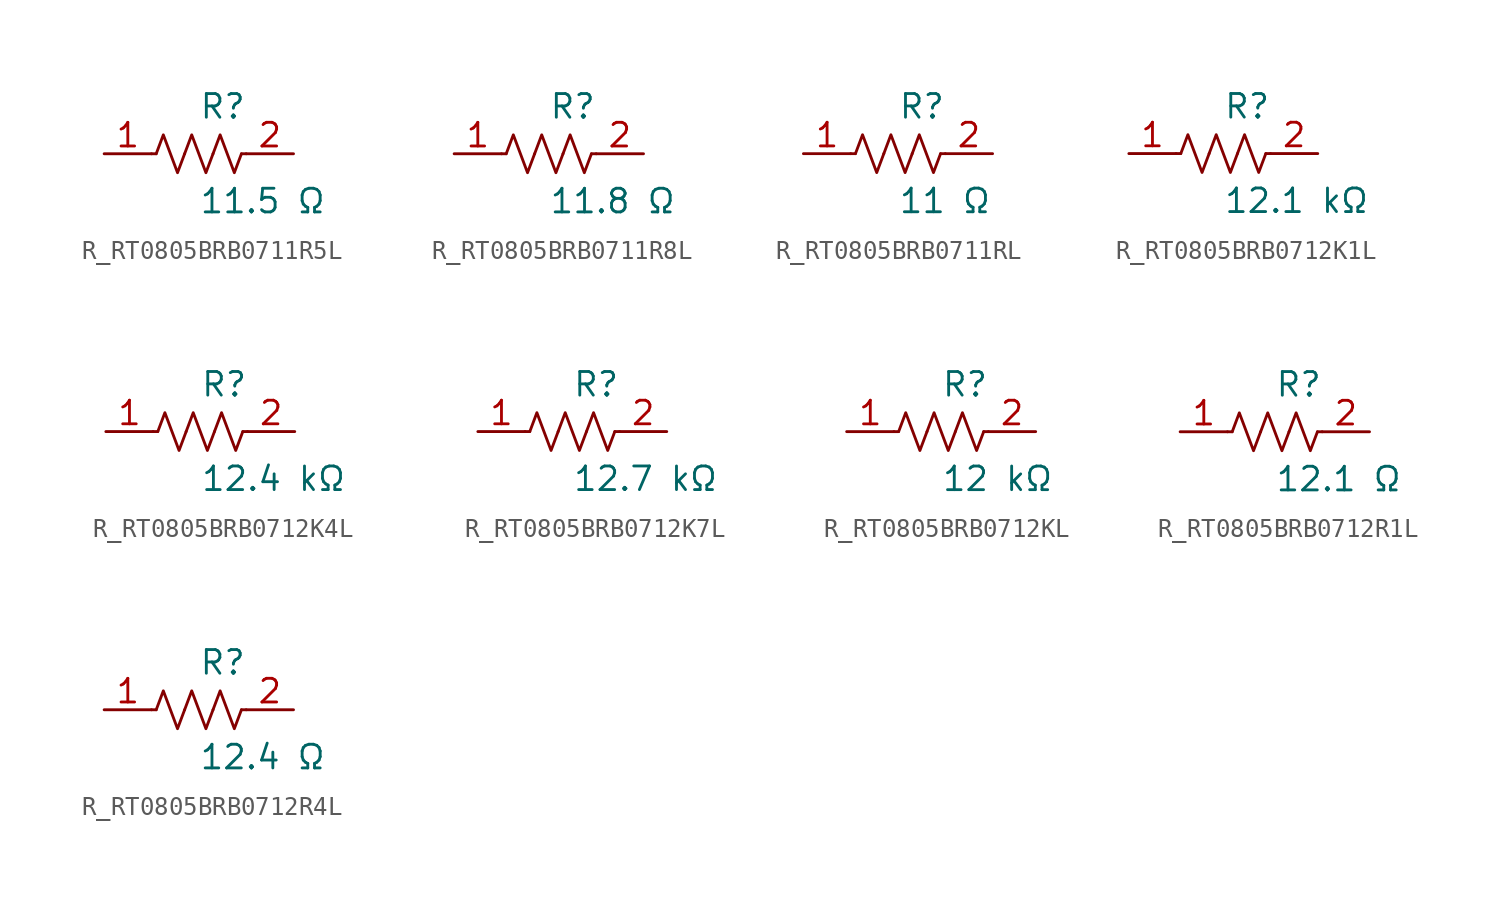
<source format=kicad_sym>
(kicad_symbol_lib
  (version 20231120)
  (generator kicad_symbol_editor)
  (generator_version 8.0)
  (symbol "R_RT0805BRB0711R5L"
    (pin_names
      (offset 0.254))
    (property "Reference" "R"
      (at 0 2.54 0)
      (effects (font (size 1.27 1.27)) (justify left)))
    (property "Value" "11.5 Ω"
      (at 0 -2.54 0)
      (effects (font (size 1.27 1.27)) (justify left)))
    (symbol "R_RT0805BRB0711R5L_0_1"
      (polyline (pts (xy 2.286 0) (xy 2.54 0)) (stroke (width 0) (type default)) (fill (type none)))
      (polyline (pts (xy -2.286 0) (xy -2.54 0)) (stroke (width 0) (type default)) (fill (type none)))
      (polyline (pts (xy 0.762 0) (xy 1.143 1.016) (xy 1.524 0) (xy 1.905 -1.016) (xy 2.286 0)) (stroke (width 0) (type default)) (fill (type none)))
      (polyline (pts (xy -0.762 0) (xy -0.381 1.016) (xy 0 0) (xy 0.381 -1.016) (xy 0.762 0)) (stroke (width 0) (type default)) (fill (type none)))
      (polyline (pts (xy -2.286 0) (xy -1.905 1.016) (xy -1.524 0) (xy -1.143 -1.016) (xy -0.762 0)) (stroke (width 0) (type default)) (fill (type none))))
    (pin unspecified line
      (at -5.08 0 0)
      (length 2.54)
      (name "" (effects (font (size 1.27 1.27))))
      (number "1" (effects (font (size 1.27 1.27)))))
    (pin unspecified line
      (at 5.08 0 180)
      (length 2.54)
      (name "" (effects (font (size 1.27 1.27))))
      (number "2" (effects (font (size 1.27 1.27))))))
  (symbol "R_RT0805BRB0711R8L"
    (pin_names
      (offset 0.254))
    (property "Reference" "R"
      (at 0 2.54 0)
      (effects (font (size 1.27 1.27)) (justify left)))
    (property "Value" "11.8 Ω"
      (at 0 -2.54 0)
      (effects (font (size 1.27 1.27)) (justify left)))
    (symbol "R_RT0805BRB0711R8L_0_1"
      (polyline (pts (xy 2.286 0) (xy 2.54 0)) (stroke (width 0) (type default)) (fill (type none)))
      (polyline (pts (xy -2.286 0) (xy -2.54 0)) (stroke (width 0) (type default)) (fill (type none)))
      (polyline (pts (xy 0.762 0) (xy 1.143 1.016) (xy 1.524 0) (xy 1.905 -1.016) (xy 2.286 0)) (stroke (width 0) (type default)) (fill (type none)))
      (polyline (pts (xy -0.762 0) (xy -0.381 1.016) (xy 0 0) (xy 0.381 -1.016) (xy 0.762 0)) (stroke (width 0) (type default)) (fill (type none)))
      (polyline (pts (xy -2.286 0) (xy -1.905 1.016) (xy -1.524 0) (xy -1.143 -1.016) (xy -0.762 0)) (stroke (width 0) (type default)) (fill (type none))))
    (pin unspecified line
      (at -5.08 0 0)
      (length 2.54)
      (name "" (effects (font (size 1.27 1.27))))
      (number "1" (effects (font (size 1.27 1.27)))))
    (pin unspecified line
      (at 5.08 0 180)
      (length 2.54)
      (name "" (effects (font (size 1.27 1.27))))
      (number "2" (effects (font (size 1.27 1.27))))))
  (symbol "R_RT0805BRB0711RL"
    (pin_names
      (offset 0.254))
    (property "Reference" "R"
      (at 0 2.54 0)
      (effects (font (size 1.27 1.27)) (justify left)))
    (property "Value" "11 Ω"
      (at 0 -2.54 0)
      (effects (font (size 1.27 1.27)) (justify left)))
    (symbol "R_RT0805BRB0711RL_0_1"
      (polyline (pts (xy 2.286 0) (xy 2.54 0)) (stroke (width 0) (type default)) (fill (type none)))
      (polyline (pts (xy -2.286 0) (xy -2.54 0)) (stroke (width 0) (type default)) (fill (type none)))
      (polyline (pts (xy 0.762 0) (xy 1.143 1.016) (xy 1.524 0) (xy 1.905 -1.016) (xy 2.286 0)) (stroke (width 0) (type default)) (fill (type none)))
      (polyline (pts (xy -0.762 0) (xy -0.381 1.016) (xy 0 0) (xy 0.381 -1.016) (xy 0.762 0)) (stroke (width 0) (type default)) (fill (type none)))
      (polyline (pts (xy -2.286 0) (xy -1.905 1.016) (xy -1.524 0) (xy -1.143 -1.016) (xy -0.762 0)) (stroke (width 0) (type default)) (fill (type none))))
    (pin unspecified line
      (at -5.08 0 0)
      (length 2.54)
      (name "" (effects (font (size 1.27 1.27))))
      (number "1" (effects (font (size 1.27 1.27)))))
    (pin unspecified line
      (at 5.08 0 180)
      (length 2.54)
      (name "" (effects (font (size 1.27 1.27))))
      (number "2" (effects (font (size 1.27 1.27))))))
  (symbol "R_RT0805BRB0712K1L"
    (pin_names
      (offset 0.254))
    (property "Reference" "R"
      (at 0 2.54 0)
      (effects (font (size 1.27 1.27)) (justify left)))
    (property "Value" "12.1 kΩ"
      (at 0 -2.54 0)
      (effects (font (size 1.27 1.27)) (justify left)))
    (symbol "R_RT0805BRB0712K1L_0_1"
      (polyline (pts (xy 2.286 0) (xy 2.54 0)) (stroke (width 0) (type default)) (fill (type none)))
      (polyline (pts (xy -2.286 0) (xy -2.54 0)) (stroke (width 0) (type default)) (fill (type none)))
      (polyline (pts (xy 0.762 0) (xy 1.143 1.016) (xy 1.524 0) (xy 1.905 -1.016) (xy 2.286 0)) (stroke (width 0) (type default)) (fill (type none)))
      (polyline (pts (xy -0.762 0) (xy -0.381 1.016) (xy 0 0) (xy 0.381 -1.016) (xy 0.762 0)) (stroke (width 0) (type default)) (fill (type none)))
      (polyline (pts (xy -2.286 0) (xy -1.905 1.016) (xy -1.524 0) (xy -1.143 -1.016) (xy -0.762 0)) (stroke (width 0) (type default)) (fill (type none))))
    (pin unspecified line
      (at -5.08 0 0)
      (length 2.54)
      (name "" (effects (font (size 1.27 1.27))))
      (number "1" (effects (font (size 1.27 1.27)))))
    (pin unspecified line
      (at 5.08 0 180)
      (length 2.54)
      (name "" (effects (font (size 1.27 1.27))))
      (number "2" (effects (font (size 1.27 1.27))))))
  (symbol "R_RT0805BRB0712K4L"
    (pin_names
      (offset 0.254))
    (property "Reference" "R"
      (at 0 2.54 0)
      (effects (font (size 1.27 1.27)) (justify left)))
    (property "Value" "12.4 kΩ"
      (at 0 -2.54 0)
      (effects (font (size 1.27 1.27)) (justify left)))
    (symbol "R_RT0805BRB0712K4L_0_1"
      (polyline (pts (xy 2.286 0) (xy 2.54 0)) (stroke (width 0) (type default)) (fill (type none)))
      (polyline (pts (xy -2.286 0) (xy -2.54 0)) (stroke (width 0) (type default)) (fill (type none)))
      (polyline (pts (xy 0.762 0) (xy 1.143 1.016) (xy 1.524 0) (xy 1.905 -1.016) (xy 2.286 0)) (stroke (width 0) (type default)) (fill (type none)))
      (polyline (pts (xy -0.762 0) (xy -0.381 1.016) (xy 0 0) (xy 0.381 -1.016) (xy 0.762 0)) (stroke (width 0) (type default)) (fill (type none)))
      (polyline (pts (xy -2.286 0) (xy -1.905 1.016) (xy -1.524 0) (xy -1.143 -1.016) (xy -0.762 0)) (stroke (width 0) (type default)) (fill (type none))))
    (pin unspecified line
      (at -5.08 0 0)
      (length 2.54)
      (name "" (effects (font (size 1.27 1.27))))
      (number "1" (effects (font (size 1.27 1.27)))))
    (pin unspecified line
      (at 5.08 0 180)
      (length 2.54)
      (name "" (effects (font (size 1.27 1.27))))
      (number "2" (effects (font (size 1.27 1.27))))))
  (symbol "R_RT0805BRB0712K7L"
    (pin_names
      (offset 0.254))
    (property "Reference" "R"
      (at 0 2.54 0)
      (effects (font (size 1.27 1.27)) (justify left)))
    (property "Value" "12.7 kΩ"
      (at 0 -2.54 0)
      (effects (font (size 1.27 1.27)) (justify left)))
    (symbol "R_RT0805BRB0712K7L_0_1"
      (polyline (pts (xy 2.286 0) (xy 2.54 0)) (stroke (width 0) (type default)) (fill (type none)))
      (polyline (pts (xy -2.286 0) (xy -2.54 0)) (stroke (width 0) (type default)) (fill (type none)))
      (polyline (pts (xy 0.762 0) (xy 1.143 1.016) (xy 1.524 0) (xy 1.905 -1.016) (xy 2.286 0)) (stroke (width 0) (type default)) (fill (type none)))
      (polyline (pts (xy -0.762 0) (xy -0.381 1.016) (xy 0 0) (xy 0.381 -1.016) (xy 0.762 0)) (stroke (width 0) (type default)) (fill (type none)))
      (polyline (pts (xy -2.286 0) (xy -1.905 1.016) (xy -1.524 0) (xy -1.143 -1.016) (xy -0.762 0)) (stroke (width 0) (type default)) (fill (type none))))
    (pin unspecified line
      (at -5.08 0 0)
      (length 2.54)
      (name "" (effects (font (size 1.27 1.27))))
      (number "1" (effects (font (size 1.27 1.27)))))
    (pin unspecified line
      (at 5.08 0 180)
      (length 2.54)
      (name "" (effects (font (size 1.27 1.27))))
      (number "2" (effects (font (size 1.27 1.27))))))
  (symbol "R_RT0805BRB0712KL"
    (pin_names
      (offset 0.254))
    (property "Reference" "R"
      (at 0 2.54 0)
      (effects (font (size 1.27 1.27)) (justify left)))
    (property "Value" "12 kΩ"
      (at 0 -2.54 0)
      (effects (font (size 1.27 1.27)) (justify left)))
    (symbol "R_RT0805BRB0712KL_0_1"
      (polyline (pts (xy 2.286 0) (xy 2.54 0)) (stroke (width 0) (type default)) (fill (type none)))
      (polyline (pts (xy -2.286 0) (xy -2.54 0)) (stroke (width 0) (type default)) (fill (type none)))
      (polyline (pts (xy 0.762 0) (xy 1.143 1.016) (xy 1.524 0) (xy 1.905 -1.016) (xy 2.286 0)) (stroke (width 0) (type default)) (fill (type none)))
      (polyline (pts (xy -0.762 0) (xy -0.381 1.016) (xy 0 0) (xy 0.381 -1.016) (xy 0.762 0)) (stroke (width 0) (type default)) (fill (type none)))
      (polyline (pts (xy -2.286 0) (xy -1.905 1.016) (xy -1.524 0) (xy -1.143 -1.016) (xy -0.762 0)) (stroke (width 0) (type default)) (fill (type none))))
    (pin unspecified line
      (at -5.08 0 0)
      (length 2.54)
      (name "" (effects (font (size 1.27 1.27))))
      (number "1" (effects (font (size 1.27 1.27)))))
    (pin unspecified line
      (at 5.08 0 180)
      (length 2.54)
      (name "" (effects (font (size 1.27 1.27))))
      (number "2" (effects (font (size 1.27 1.27))))))
  (symbol "R_RT0805BRB0712R1L"
    (pin_names
      (offset 0.254))
    (property "Reference" "R"
      (at 0 2.54 0)
      (effects (font (size 1.27 1.27)) (justify left)))
    (property "Value" "12.1 Ω"
      (at 0 -2.54 0)
      (effects (font (size 1.27 1.27)) (justify left)))
    (symbol "R_RT0805BRB0712R1L_0_1"
      (polyline (pts (xy 2.286 0) (xy 2.54 0)) (stroke (width 0) (type default)) (fill (type none)))
      (polyline (pts (xy -2.286 0) (xy -2.54 0)) (stroke (width 0) (type default)) (fill (type none)))
      (polyline (pts (xy 0.762 0) (xy 1.143 1.016) (xy 1.524 0) (xy 1.905 -1.016) (xy 2.286 0)) (stroke (width 0) (type default)) (fill (type none)))
      (polyline (pts (xy -0.762 0) (xy -0.381 1.016) (xy 0 0) (xy 0.381 -1.016) (xy 0.762 0)) (stroke (width 0) (type default)) (fill (type none)))
      (polyline (pts (xy -2.286 0) (xy -1.905 1.016) (xy -1.524 0) (xy -1.143 -1.016) (xy -0.762 0)) (stroke (width 0) (type default)) (fill (type none))))
    (pin unspecified line
      (at -5.08 0 0)
      (length 2.54)
      (name "" (effects (font (size 1.27 1.27))))
      (number "1" (effects (font (size 1.27 1.27)))))
    (pin unspecified line
      (at 5.08 0 180)
      (length 2.54)
      (name "" (effects (font (size 1.27 1.27))))
      (number "2" (effects (font (size 1.27 1.27))))))
  (symbol "R_RT0805BRB0712R4L"
    (pin_names
      (offset 0.254))
    (property "Reference" "R"
      (at 0 2.54 0)
      (effects (font (size 1.27 1.27)) (justify left)))
    (property "Value" "12.4 Ω"
      (at 0 -2.54 0)
      (effects (font (size 1.27 1.27)) (justify left)))
    (symbol "R_RT0805BRB0712R4L_0_1"
      (polyline (pts (xy 2.286 0) (xy 2.54 0)) (stroke (width 0) (type default)) (fill (type none)))
      (polyline (pts (xy -2.286 0) (xy -2.54 0)) (stroke (width 0) (type default)) (fill (type none)))
      (polyline (pts (xy 0.762 0) (xy 1.143 1.016) (xy 1.524 0) (xy 1.905 -1.016) (xy 2.286 0)) (stroke (width 0) (type default)) (fill (type none)))
      (polyline (pts (xy -0.762 0) (xy -0.381 1.016) (xy 0 0) (xy 0.381 -1.016) (xy 0.762 0)) (stroke (width 0) (type default)) (fill (type none)))
      (polyline (pts (xy -2.286 0) (xy -1.905 1.016) (xy -1.524 0) (xy -1.143 -1.016) (xy -0.762 0)) (stroke (width 0) (type default)) (fill (type none))))
    (pin unspecified line
      (at -5.08 0 0)
      (length 2.54)
      (name "" (effects (font (size 1.27 1.27))))
      (number "1" (effects (font (size 1.27 1.27)))))
    (pin unspecified line
      (at 5.08 0 180)
      (length 2.54)
      (name "" (effects (font (size 1.27 1.27))))
      (number "2" (effects (font (size 1.27 1.27)))))))
</source>
